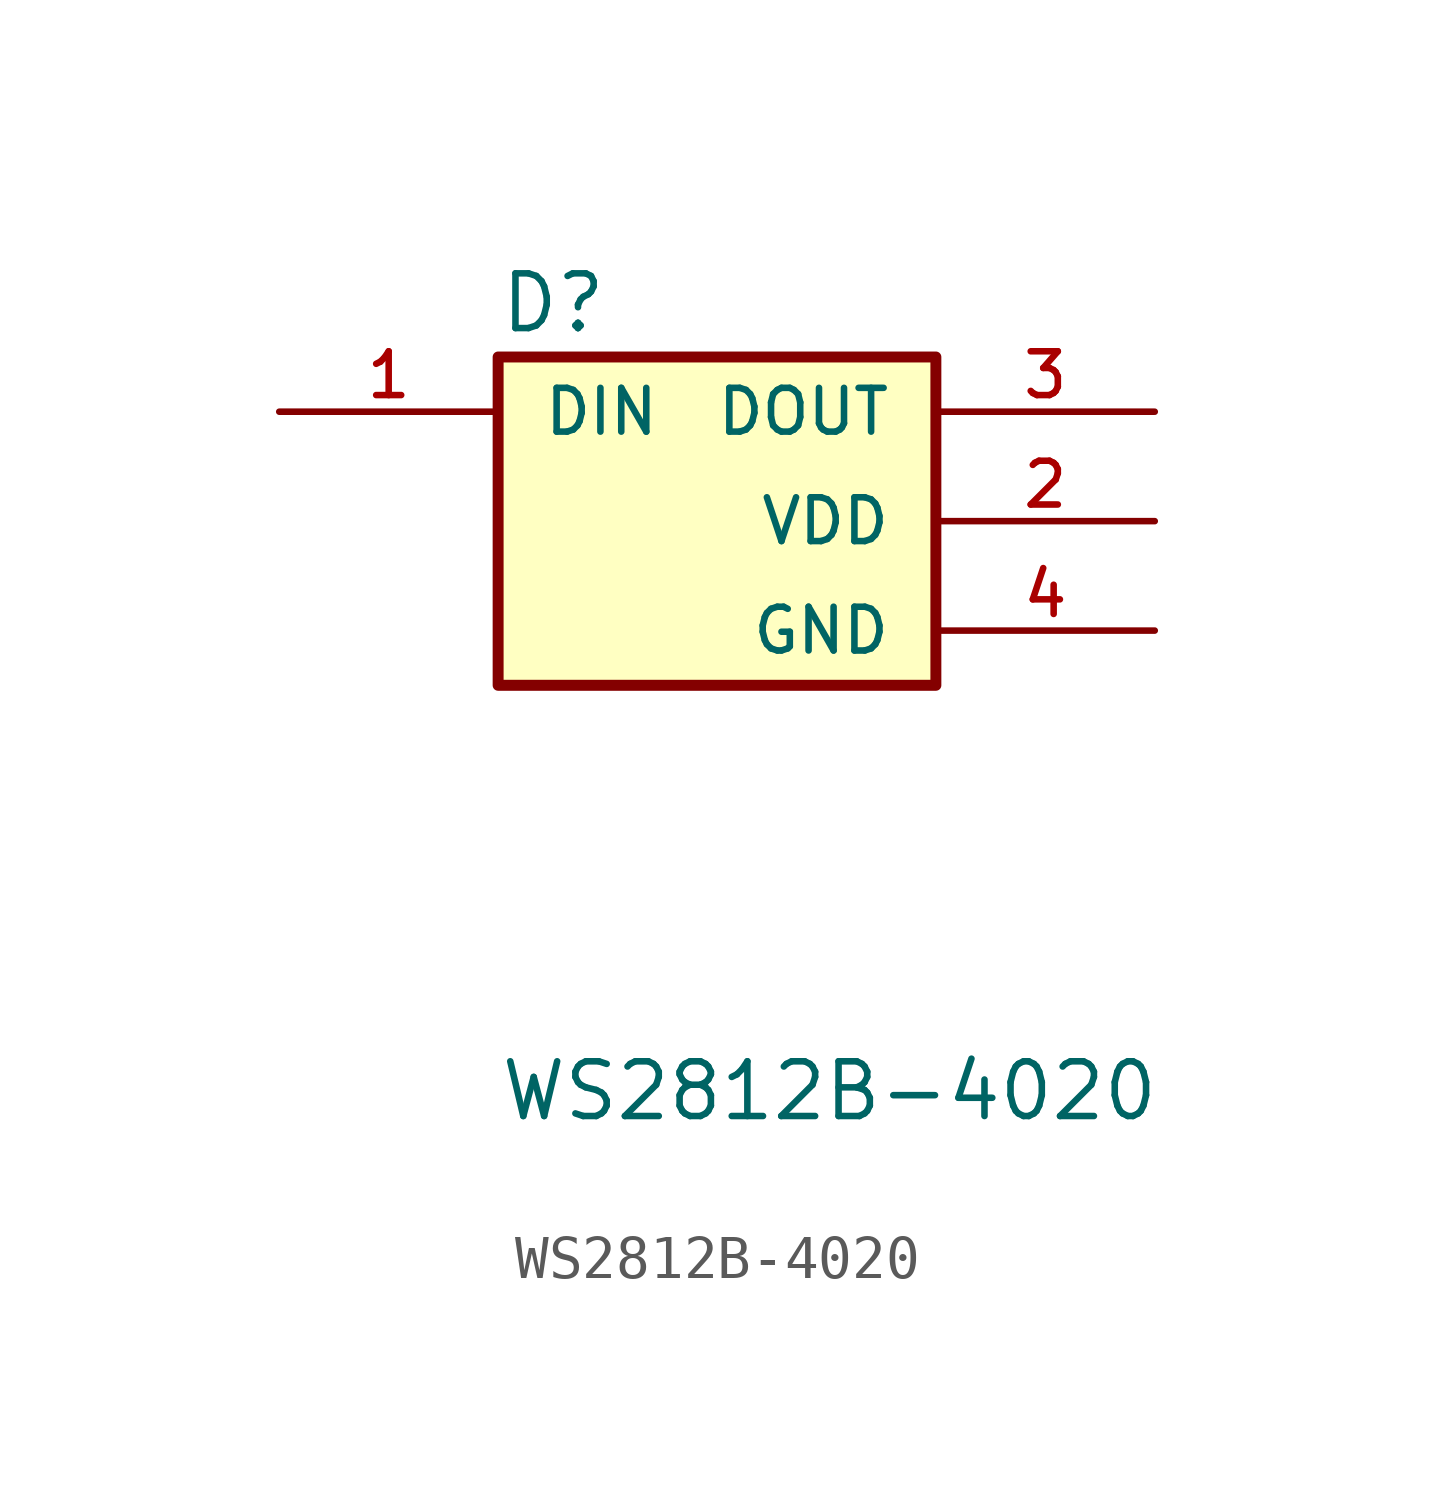
<source format=kicad_sym>
(kicad_symbol_lib
  (version 20241209)
  (generator "kicad_symbol_editor")
  (generator_version "9.0")
  (symbol "WS2812B-4020"
    (pin_names
      (offset 1.016))
    (property "Reference" "D"
      (at -7.62 8.128 0)
      (effects (font (size 1.27 1.27)) (justify left bottom)))
    (property "Value" "WS2812B-4020"
      (at -7.62 -10.16 0)
      (effects (font (size 1.27 1.27)) (justify left bottom)))
    (symbol "WS2812B-4020_0_0"
      (rectangle (start -7.62 7.62) (end 2.54 0) (stroke (width 0.254) (type default)) (fill (type background)))
      (pin input line (at -12.7 6.35 0) (length 5.08) (name "DIN" (effects (font (size 1.016 1.016)))) (number "1" (effects (font (size 1.016 1.016)))))
      (pin output line (at 7.62 6.35 180) (length 5.08) (name "DOUT" (effects (font (size 1.016 1.016)))) (number "3" (effects (font (size 1.016 1.016))))))
    (symbol "WS2812B-4020_1_0"
      (pin passive line (at 7.62 3.81 180) (length 5.08) (name "VDD" (effects (font (size 1.016 1.016)))) (number "2" (effects (font (size 1.016 1.016)))))
      (pin passive line (at 7.62 1.27 180) (length 5.08) (name "GND" (effects (font (size 1.016 1.016)))) (number "4" (effects (font (size 1.016 1.016))))))))
</source>
